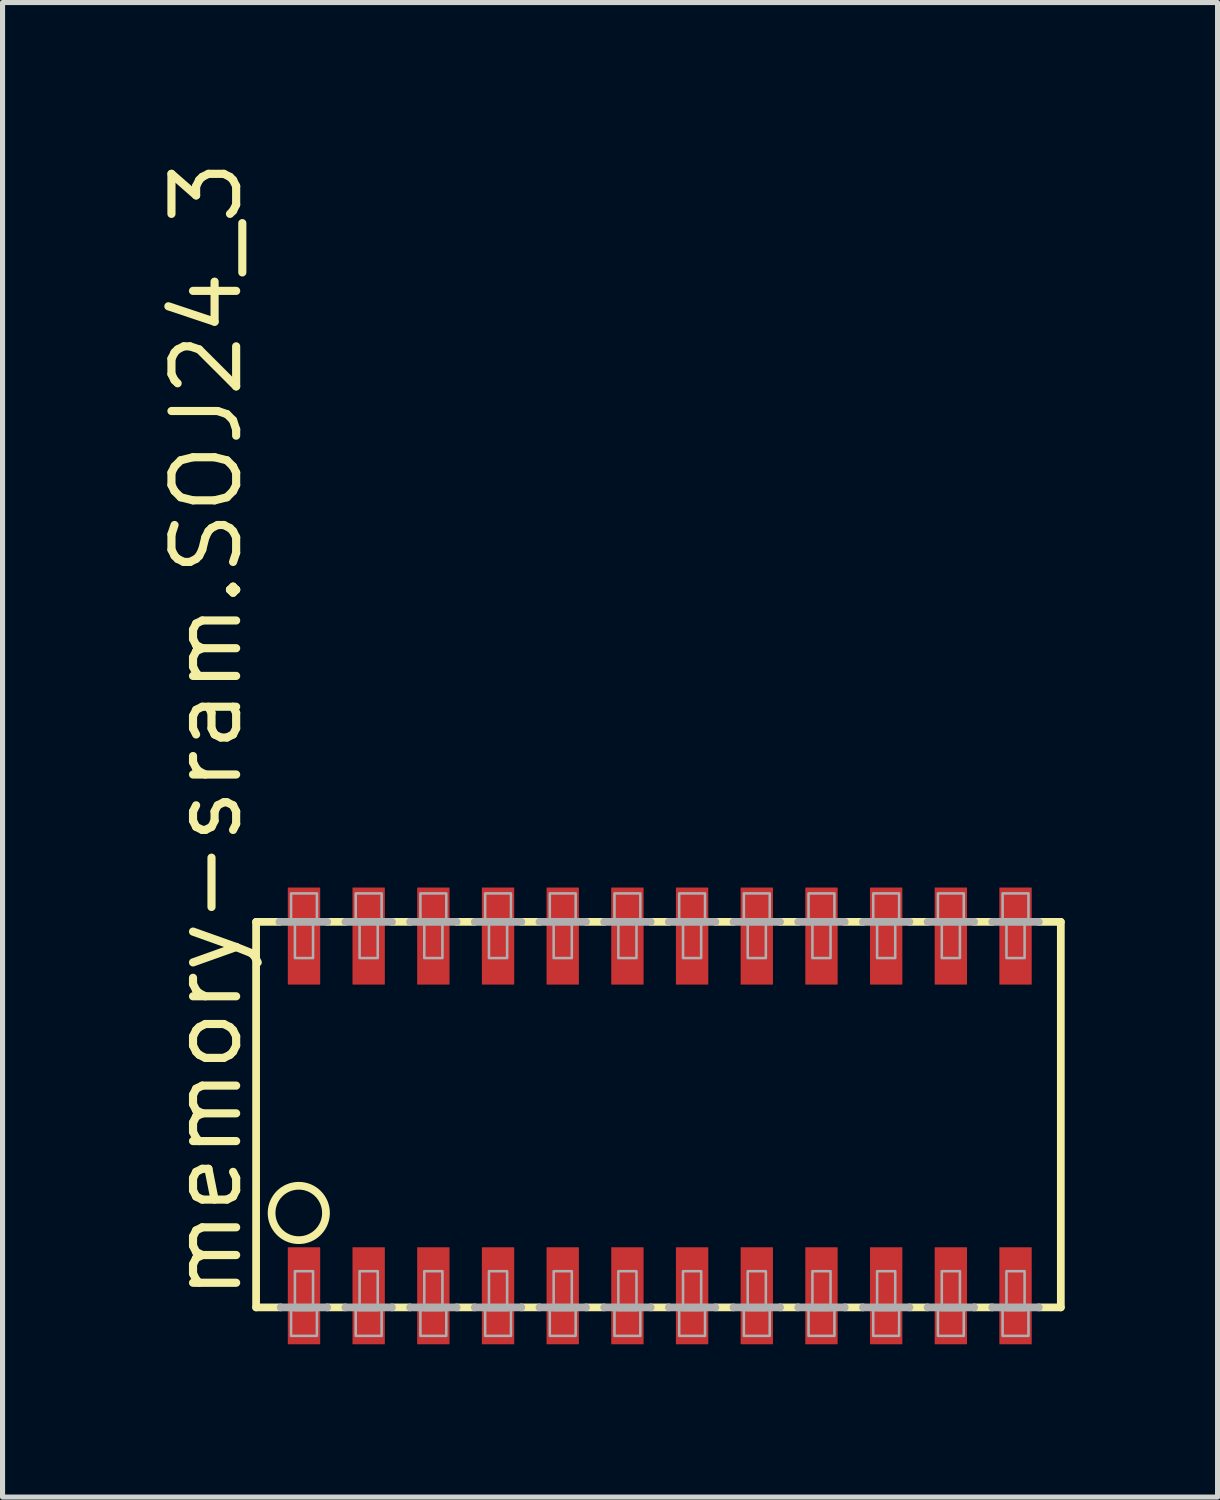
<source format=kicad_pcb>
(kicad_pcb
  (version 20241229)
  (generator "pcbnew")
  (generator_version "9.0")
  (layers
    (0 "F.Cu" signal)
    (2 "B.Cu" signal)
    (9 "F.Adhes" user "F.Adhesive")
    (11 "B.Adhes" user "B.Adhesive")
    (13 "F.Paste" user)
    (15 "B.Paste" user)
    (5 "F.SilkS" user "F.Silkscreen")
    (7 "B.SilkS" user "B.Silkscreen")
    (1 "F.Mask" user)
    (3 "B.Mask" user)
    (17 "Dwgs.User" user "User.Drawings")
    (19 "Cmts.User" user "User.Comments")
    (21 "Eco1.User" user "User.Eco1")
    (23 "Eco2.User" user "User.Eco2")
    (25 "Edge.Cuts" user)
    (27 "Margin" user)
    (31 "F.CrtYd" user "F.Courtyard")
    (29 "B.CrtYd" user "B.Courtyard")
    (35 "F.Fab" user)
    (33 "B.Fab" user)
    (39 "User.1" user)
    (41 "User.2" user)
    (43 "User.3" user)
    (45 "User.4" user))
  (footprint "memory-sram.SOJ24_3"
    (layer "F.Cu")
    (at 9.268 18.859)
    (property "Reference" "memory-sram.SOJ24_3" (at -7.518 3.683 90) (layer "F.SilkS") (effects (font (size 1.27 1.27) (thickness 0.16)) (justify left bottom)))
    (attr smd)
    (fp_line (start -7.29 -3.81) (end -7.29 3.759) (stroke (width 0.152) (type default)) (layer "F.SilkS"))
    (fp_line (start -7.29 -3.81) (end -6.833 -3.81) (stroke (width 0.152) (type default)) (layer "F.SilkS"))
    (fp_line (start -7.29 3.759) (end -6.807 3.759) (stroke (width 0.152) (type default)) (layer "F.SilkS"))
    (fp_line (start -5.893 -3.81) (end -5.537 -3.81) (stroke (width 0.152) (type default)) (layer "F.SilkS"))
    (fp_line (start -5.537 3.759) (end -5.893 3.759) (stroke (width 0.152) (type default)) (layer "F.SilkS"))
    (fp_line (start -4.623 -3.81) (end -4.267 -3.81) (stroke (width 0.152) (type default)) (layer "F.SilkS"))
    (fp_line (start -4.267 3.759) (end -4.623 3.759) (stroke (width 0.152) (type default)) (layer "F.SilkS"))
    (fp_line (start -3.353 -3.81) (end -2.997 -3.81) (stroke (width 0.152) (type default)) (layer "F.SilkS"))
    (fp_line (start -2.997 3.759) (end -3.353 3.759) (stroke (width 0.152) (type default)) (layer "F.SilkS"))
    (fp_line (start -2.083 -3.81) (end -1.727 -3.81) (stroke (width 0.152) (type default)) (layer "F.SilkS"))
    (fp_line (start -1.727 3.759) (end -2.083 3.759) (stroke (width 0.152) (type default)) (layer "F.SilkS"))
    (fp_line (start -0.813 -3.81) (end -0.457 -3.81) (stroke (width 0.152) (type default)) (layer "F.SilkS"))
    (fp_line (start -0.457 3.759) (end -0.813 3.759) (stroke (width 0.152) (type default)) (layer "F.SilkS"))
    (fp_line (start 0.457 -3.81) (end 0.813 -3.81) (stroke (width 0.152) (type default)) (layer "F.SilkS"))
    (fp_line (start 0.813 3.759) (end 0.457 3.759) (stroke (width 0.152) (type default)) (layer "F.SilkS"))
    (fp_line (start 1.727 -3.81) (end 2.083 -3.81) (stroke (width 0.152) (type default)) (layer "F.SilkS"))
    (fp_line (start 2.083 3.759) (end 1.727 3.759) (stroke (width 0.152) (type default)) (layer "F.SilkS"))
    (fp_line (start 2.997 -3.81) (end 3.353 -3.81) (stroke (width 0.152) (type default)) (layer "F.SilkS"))
    (fp_line (start 3.353 3.759) (end 2.997 3.759) (stroke (width 0.152) (type default)) (layer "F.SilkS"))
    (fp_line (start 4.267 -3.81) (end 4.623 -3.81) (stroke (width 0.152) (type default)) (layer "F.SilkS"))
    (fp_line (start 4.623 3.759) (end 4.267 3.759) (stroke (width 0.152) (type default)) (layer "F.SilkS"))
    (fp_line (start 5.537 -3.81) (end 5.893 -3.81) (stroke (width 0.152) (type default)) (layer "F.SilkS"))
    (fp_line (start 5.893 3.759) (end 5.537 3.759) (stroke (width 0.152) (type default)) (layer "F.SilkS"))
    (fp_line (start 6.807 -3.81) (end 7.163 -3.81) (stroke (width 0.152) (type default)) (layer "F.SilkS"))
    (fp_line (start 7.163 3.759) (end 6.807 3.759) (stroke (width 0.152) (type default)) (layer "F.SilkS"))
    (fp_line (start 8.509 -3.81) (end 8.077 -3.81) (stroke (width 0.152) (type default)) (layer "F.SilkS"))
    (fp_line (start 8.509 3.759) (end 8.077 3.759) (stroke (width 0.152) (type default)) (layer "F.SilkS"))
    (fp_line (start 8.509 3.759) (end 8.509 -3.81) (stroke (width 0.152) (type default)) (layer "F.SilkS"))
    (fp_circle (center -6.452 1.905) (end -5.918 1.905) (stroke (width 0.152) (type default)) (fill no) (layer "F.SilkS"))
    (fp_line (start -6.833 -3.81) (end -5.893 -3.81) (stroke (width 0.152) (type default)) (layer "F.Fab"))
    (fp_line (start -6.807 3.759) (end -5.893 3.759) (stroke (width 0.152) (type default)) (layer "F.Fab"))
    (fp_line (start -5.537 -3.81) (end -4.623 -3.81) (stroke (width 0.152) (type default)) (layer "F.Fab"))
    (fp_line (start -4.623 3.759) (end -5.537 3.759) (stroke (width 0.152) (type default)) (layer "F.Fab"))
    (fp_line (start -4.267 -3.81) (end -3.353 -3.81) (stroke (width 0.152) (type default)) (layer "F.Fab"))
    (fp_line (start -3.353 3.759) (end -4.267 3.759) (stroke (width 0.152) (type default)) (layer "F.Fab"))
    (fp_line (start -2.997 -3.81) (end -2.083 -3.81) (stroke (width 0.152) (type default)) (layer "F.Fab"))
    (fp_line (start -2.083 3.759) (end -2.997 3.759) (stroke (width 0.152) (type default)) (layer "F.Fab"))
    (fp_line (start -1.727 -3.81) (end -0.813 -3.81) (stroke (width 0.152) (type default)) (layer "F.Fab"))
    (fp_line (start -0.813 3.759) (end -1.727 3.759) (stroke (width 0.152) (type default)) (layer "F.Fab"))
    (fp_line (start -0.457 -3.81) (end 0.457 -3.81) (stroke (width 0.152) (type default)) (layer "F.Fab"))
    (fp_line (start 0.457 3.759) (end -0.457 3.759) (stroke (width 0.152) (type default)) (layer "F.Fab"))
    (fp_line (start 0.813 -3.81) (end 1.727 -3.81) (stroke (width 0.152) (type default)) (layer "F.Fab"))
    (fp_line (start 1.727 3.759) (end 0.813 3.759) (stroke (width 0.152) (type default)) (layer "F.Fab"))
    (fp_line (start 2.083 -3.81) (end 2.997 -3.81) (stroke (width 0.152) (type default)) (layer "F.Fab"))
    (fp_line (start 2.997 3.759) (end 2.083 3.759) (stroke (width 0.152) (type default)) (layer "F.Fab"))
    (fp_line (start 3.353 -3.81) (end 4.267 -3.81) (stroke (width 0.152) (type default)) (layer "F.Fab"))
    (fp_line (start 4.267 3.759) (end 3.353 3.759) (stroke (width 0.152) (type default)) (layer "F.Fab"))
    (fp_line (start 4.623 -3.81) (end 5.537 -3.81) (stroke (width 0.152) (type default)) (layer "F.Fab"))
    (fp_line (start 5.537 3.759) (end 4.623 3.759) (stroke (width 0.152) (type default)) (layer "F.Fab"))
    (fp_line (start 5.893 -3.81) (end 6.807 -3.81) (stroke (width 0.152) (type default)) (layer "F.Fab"))
    (fp_line (start 6.807 3.759) (end 5.893 3.759) (stroke (width 0.152) (type default)) (layer "F.Fab"))
    (fp_line (start 8.077 -3.81) (end 7.163 -3.81) (stroke (width 0.152) (type default)) (layer "F.Fab"))
    (fp_line (start 8.077 3.759) (end 7.163 3.759) (stroke (width 0.152) (type default)) (layer "F.Fab"))
    (fp_rect (start -6.604 -3.861) (end -6.096 -4.369) (stroke (width 0.05) (type default)) (fill no) (layer "F.Fab"))
    (fp_rect (start -6.604 4.318) (end -6.096 3.81) (stroke (width 0.05) (type default)) (fill no) (layer "F.Fab"))
    (fp_rect (start -6.528 -3.099) (end -6.172 -3.861) (stroke (width 0.05) (type default)) (fill no) (layer "F.Fab"))
    (fp_rect (start -6.528 3.81) (end -6.172 3.048) (stroke (width 0.05) (type default)) (fill no) (layer "F.Fab"))
    (fp_rect (start -5.334 -3.861) (end -4.826 -4.369) (stroke (width 0.05) (type default)) (fill no) (layer "F.Fab"))
    (fp_rect (start -5.334 4.318) (end -4.826 3.81) (stroke (width 0.05) (type default)) (fill no) (layer "F.Fab"))
    (fp_rect (start -5.258 -3.099) (end -4.902 -3.861) (stroke (width 0.05) (type default)) (fill no) (layer "F.Fab"))
    (fp_rect (start -5.258 3.81) (end -4.902 3.048) (stroke (width 0.05) (type default)) (fill no) (layer "F.Fab"))
    (fp_rect (start -4.064 -3.861) (end -3.556 -4.369) (stroke (width 0.05) (type default)) (fill no) (layer "F.Fab"))
    (fp_rect (start -4.064 4.318) (end -3.556 3.81) (stroke (width 0.05) (type default)) (fill no) (layer "F.Fab"))
    (fp_rect (start -3.988 -3.099) (end -3.632 -3.861) (stroke (width 0.05) (type default)) (fill no) (layer "F.Fab"))
    (fp_rect (start -3.988 3.81) (end -3.632 3.048) (stroke (width 0.05) (type default)) (fill no) (layer "F.Fab"))
    (fp_rect (start -2.794 -3.861) (end -2.286 -4.369) (stroke (width 0.05) (type default)) (fill no) (layer "F.Fab"))
    (fp_rect (start -2.794 4.318) (end -2.286 3.81) (stroke (width 0.05) (type default)) (fill no) (layer "F.Fab"))
    (fp_rect (start -2.718 -3.099) (end -2.362 -3.861) (stroke (width 0.05) (type default)) (fill no) (layer "F.Fab"))
    (fp_rect (start -2.718 3.81) (end -2.362 3.048) (stroke (width 0.05) (type default)) (fill no) (layer "F.Fab"))
    (fp_rect (start -1.524 -3.861) (end -1.016 -4.369) (stroke (width 0.05) (type default)) (fill no) (layer "F.Fab"))
    (fp_rect (start -1.524 4.318) (end -1.016 3.81) (stroke (width 0.05) (type default)) (fill no) (layer "F.Fab"))
    (fp_rect (start -1.448 -3.099) (end -1.092 -3.861) (stroke (width 0.05) (type default)) (fill no) (layer "F.Fab"))
    (fp_rect (start -1.448 3.81) (end -1.092 3.048) (stroke (width 0.05) (type default)) (fill no) (layer "F.Fab"))
    (fp_rect (start -0.254 -3.861) (end 0.254 -4.369) (stroke (width 0.05) (type default)) (fill no) (layer "F.Fab"))
    (fp_rect (start -0.254 4.318) (end 0.254 3.81) (stroke (width 0.05) (type default)) (fill no) (layer "F.Fab"))
    (fp_rect (start -0.178 -3.099) (end 0.178 -3.861) (stroke (width 0.05) (type default)) (fill no) (layer "F.Fab"))
    (fp_rect (start -0.178 3.81) (end 0.178 3.048) (stroke (width 0.05) (type default)) (fill no) (layer "F.Fab"))
    (fp_rect (start 1.016 -3.861) (end 1.524 -4.369) (stroke (width 0.05) (type default)) (fill no) (layer "F.Fab"))
    (fp_rect (start 1.016 4.318) (end 1.524 3.81) (stroke (width 0.05) (type default)) (fill no) (layer "F.Fab"))
    (fp_rect (start 1.092 -3.099) (end 1.448 -3.861) (stroke (width 0.05) (type default)) (fill no) (layer "F.Fab"))
    (fp_rect (start 1.092 3.81) (end 1.448 3.048) (stroke (width 0.05) (type default)) (fill no) (layer "F.Fab"))
    (fp_rect (start 2.286 -3.861) (end 2.794 -4.369) (stroke (width 0.05) (type default)) (fill no) (layer "F.Fab"))
    (fp_rect (start 2.286 4.318) (end 2.794 3.81) (stroke (width 0.05) (type default)) (fill no) (layer "F.Fab"))
    (fp_rect (start 2.362 -3.099) (end 2.718 -3.861) (stroke (width 0.05) (type default)) (fill no) (layer "F.Fab"))
    (fp_rect (start 2.362 3.81) (end 2.718 3.048) (stroke (width 0.05) (type default)) (fill no) (layer "F.Fab"))
    (fp_rect (start 3.556 -3.861) (end 4.064 -4.369) (stroke (width 0.05) (type default)) (fill no) (layer "F.Fab"))
    (fp_rect (start 3.556 4.318) (end 4.064 3.81) (stroke (width 0.05) (type default)) (fill no) (layer "F.Fab"))
    (fp_rect (start 3.632 -3.099) (end 3.988 -3.861) (stroke (width 0.05) (type default)) (fill no) (layer "F.Fab"))
    (fp_rect (start 3.632 3.81) (end 3.988 3.048) (stroke (width 0.05) (type default)) (fill no) (layer "F.Fab"))
    (fp_rect (start 4.826 -3.861) (end 5.334 -4.369) (stroke (width 0.05) (type default)) (fill no) (layer "F.Fab"))
    (fp_rect (start 4.826 4.318) (end 5.334 3.81) (stroke (width 0.05) (type default)) (fill no) (layer "F.Fab"))
    (fp_rect (start 4.902 -3.099) (end 5.258 -3.861) (stroke (width 0.05) (type default)) (fill no) (layer "F.Fab"))
    (fp_rect (start 4.902 3.81) (end 5.258 3.048) (stroke (width 0.05) (type default)) (fill no) (layer "F.Fab"))
    (fp_rect (start 6.096 -3.861) (end 6.604 -4.369) (stroke (width 0.05) (type default)) (fill no) (layer "F.Fab"))
    (fp_rect (start 6.096 4.318) (end 6.604 3.81) (stroke (width 0.05) (type default)) (fill no) (layer "F.Fab"))
    (fp_rect (start 6.172 -3.099) (end 6.528 -3.861) (stroke (width 0.05) (type default)) (fill no) (layer "F.Fab"))
    (fp_rect (start 6.172 3.81) (end 6.528 3.048) (stroke (width 0.05) (type default)) (fill no) (layer "F.Fab"))
    (fp_rect (start 7.366 -3.861) (end 7.874 -4.369) (stroke (width 0.05) (type default)) (fill no) (layer "F.Fab"))
    (fp_rect (start 7.366 4.318) (end 7.874 3.81) (stroke (width 0.05) (type default)) (fill no) (layer "F.Fab"))
    (fp_rect (start 7.442 -3.099) (end 7.798 -3.861) (stroke (width 0.05) (type default)) (fill no) (layer "F.Fab"))
    (fp_rect (start 7.442 3.81) (end 7.798 3.048) (stroke (width 0.05) (type default)) (fill no) (layer "F.Fab"))
    (pad "1" smd roundrect (at -6.35 3.531) (size 0.635 1.905) (layers "F.Cu" "F.Mask" "F.Paste") (roundrect_rratio 0.01))
    (pad "2" smd roundrect (at -5.08 3.531) (size 0.635 1.905) (layers "F.Cu" "F.Mask" "F.Paste") (roundrect_rratio 0.01))
    (pad "3" smd roundrect (at -3.81 3.531) (size 0.635 1.905) (layers "F.Cu" "F.Mask" "F.Paste") (roundrect_rratio 0.01))
    (pad "4" smd roundrect (at -2.54 3.531) (size 0.635 1.905) (layers "F.Cu" "F.Mask" "F.Paste") (roundrect_rratio 0.01))
    (pad "5" smd roundrect (at -1.27 3.531) (size 0.635 1.905) (layers "F.Cu" "F.Mask" "F.Paste") (roundrect_rratio 0.01))
    (pad "6" smd roundrect (at 0 3.531) (size 0.635 1.905) (layers "F.Cu" "F.Mask" "F.Paste") (roundrect_rratio 0.01))
    (pad "7" smd roundrect (at 1.27 3.531) (size 0.635 1.905) (layers "F.Cu" "F.Mask" "F.Paste") (roundrect_rratio 0.01))
    (pad "8" smd roundrect (at 2.54 3.531) (size 0.635 1.905) (layers "F.Cu" "F.Mask" "F.Paste") (roundrect_rratio 0.01))
    (pad "9" smd roundrect (at 3.81 3.531) (size 0.635 1.905) (layers "F.Cu" "F.Mask" "F.Paste") (roundrect_rratio 0.01))
    (pad "10" smd roundrect (at 5.08 3.531) (size 0.635 1.905) (layers "F.Cu" "F.Mask" "F.Paste") (roundrect_rratio 0.01))
    (pad "11" smd roundrect (at 6.35 3.531) (size 0.635 1.905) (layers "F.Cu" "F.Mask" "F.Paste") (roundrect_rratio 0.01))
    (pad "12" smd roundrect (at 7.62 3.531) (size 0.635 1.905) (layers "F.Cu" "F.Mask" "F.Paste") (roundrect_rratio 0.01))
    (pad "13" smd roundrect (at 7.62 -3.531) (size 0.635 1.905) (layers "F.Cu" "F.Mask" "F.Paste") (roundrect_rratio 0.01))
    (pad "14" smd roundrect (at 6.35 -3.531) (size 0.635 1.905) (layers "F.Cu" "F.Mask" "F.Paste") (roundrect_rratio 0.01))
    (pad "15" smd roundrect (at 5.08 -3.531) (size 0.635 1.905) (layers "F.Cu" "F.Mask" "F.Paste") (roundrect_rratio 0.01))
    (pad "16" smd roundrect (at 3.81 -3.531) (size 0.635 1.905) (layers "F.Cu" "F.Mask" "F.Paste") (roundrect_rratio 0.01))
    (pad "17" smd roundrect (at 2.54 -3.531) (size 0.635 1.905) (layers "F.Cu" "F.Mask" "F.Paste") (roundrect_rratio 0.01))
    (pad "18" smd roundrect (at 1.27 -3.531) (size 0.635 1.905) (layers "F.Cu" "F.Mask" "F.Paste") (roundrect_rratio 0.01))
    (pad "19" smd roundrect (at 0 -3.531) (size 0.635 1.905) (layers "F.Cu" "F.Mask" "F.Paste") (roundrect_rratio 0.01))
    (pad "20" smd roundrect (at -1.27 -3.531) (size 0.635 1.905) (layers "F.Cu" "F.Mask" "F.Paste") (roundrect_rratio 0.01))
    (pad "21" smd roundrect (at -2.54 -3.531) (size 0.635 1.905) (layers "F.Cu" "F.Mask" "F.Paste") (roundrect_rratio 0.01))
    (pad "22" smd roundrect (at -3.81 -3.531) (size 0.635 1.905) (layers "F.Cu" "F.Mask" "F.Paste") (roundrect_rratio 0.01))
    (pad "23" smd roundrect (at -5.08 -3.531) (size 0.635 1.905) (layers "F.Cu" "F.Mask" "F.Paste") (roundrect_rratio 0.01))
    (pad "24" smd roundrect (at -6.35 -3.531) (size 0.635 1.905) (layers "F.Cu" "F.Mask" "F.Paste") (roundrect_rratio 0.01)))
  (gr_rect
    (start -3 -3)
    (end 20.854 26.342)
    (stroke (width 0.1) (type default))
    (fill no)
    (layer "Edge.Cuts")))
</source>
